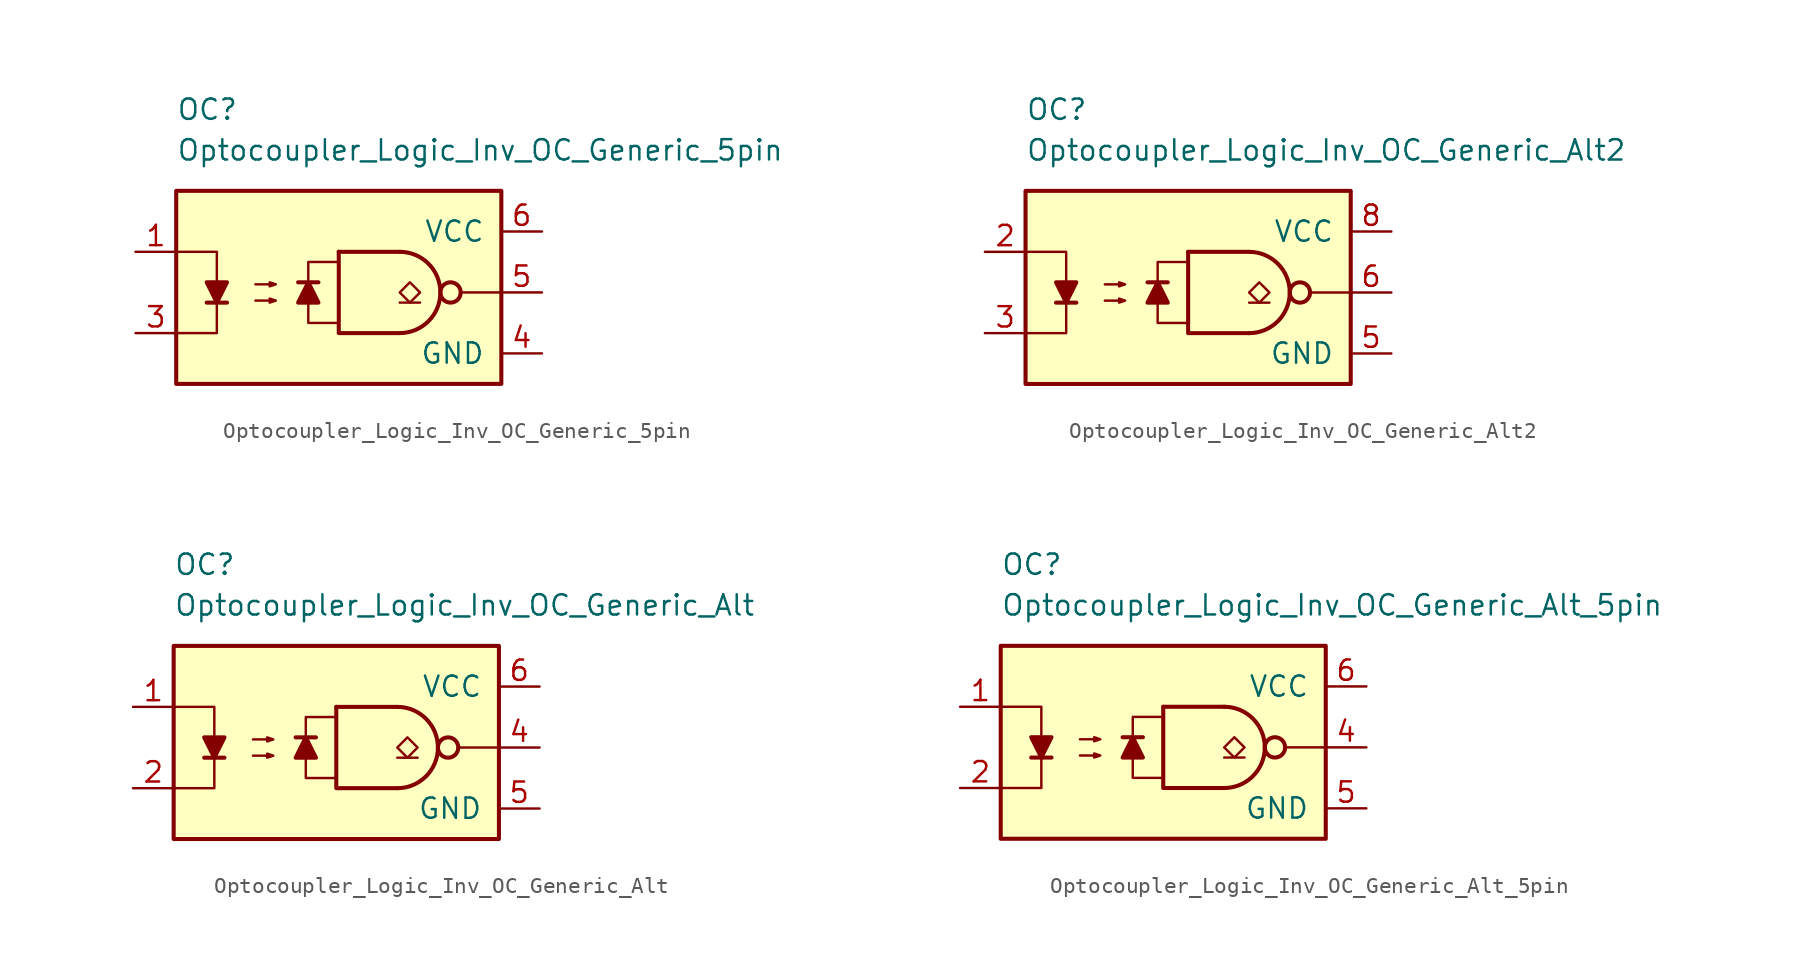
<source format=kicad_sym>
(kicad_symbol_lib
  (version 20231120)
  (generator "kicad_symbol_editor")
  (generator_version "8.0")
  (symbol "Optocoupler_Logic_Inv_OC_Generic_5pin"
    (pin_names
      (offset 1.016))
    (property "Reference" "OC"
      (at -11.43 11.43 0)
      (effects (font (size 1.27 1.27)) (justify left)))
    (property "Value" "Optocoupler_Logic_Inv_OC_Generic_5pin"
      (at -11.43 8.89 0)
      (effects (font (size 1.27 1.27)) (justify left)))
    (symbol "Optocoupler_Logic_Inv_OC_Generic_5pin_0_0"
      (rectangle (start -11.43 6.35) (end 8.89 -5.715) (stroke (width 0.254) (type default)) (fill (type background)))
      (polyline (pts (xy 8.89 0) (xy 6.35 0)) (stroke (width 0) (type default)) (fill (type none))))
    (symbol "Optocoupler_Logic_Inv_OC_Generic_5pin_0_1"
      (polyline (pts (xy -9.525 -0.635) (xy -8.255 -0.635)) (stroke (width 0.254) (type default)) (fill (type none)))
      (polyline (pts (xy -1.27 2.54) (xy 2.54 2.54)) (stroke (width 0.254) (type default)) (fill (type none)))
      (polyline (pts (xy 3.81 -0.635) (xy 2.54 -0.635)) (stroke (width 0.152) (type default)) (fill (type none)))
      (polyline (pts (xy -11.43 2.54) (xy -8.89 2.54) (xy -8.89 -0.635)) (stroke (width 0) (type default)) (fill (type none)))
      (polyline (pts (xy -8.89 -0.635) (xy -8.89 -2.54) (xy -11.43 -2.54)) (stroke (width 0) (type default)) (fill (type none)))
      (polyline (pts (xy -1.27 2.54) (xy -1.27 -2.54) (xy 2.54 -2.54)) (stroke (width 0.254) (type default)) (fill (type none)))
      (polyline (pts (xy -8.89 -0.635) (xy -9.525 0.635) (xy -8.255 0.635) (xy -8.89 -0.635)) (stroke (width 0.254) (type default)) (fill (type outline)))
      (polyline (pts (xy -6.477 -0.508) (xy -5.207 -0.508) (xy -5.588 -0.635) (xy -5.588 -0.381) (xy -5.207 -0.508)) (stroke (width 0) (type default)) (fill (type none)))
      (polyline (pts (xy -6.477 0.508) (xy -5.207 0.508) (xy -5.588 0.381) (xy -5.588 0.635) (xy -5.207 0.508)) (stroke (width 0) (type default)) (fill (type none)))
      (polyline (pts (xy 3.175 -0.635) (xy 2.54 0) (xy 3.175 0.635) (xy 3.81 0) (xy 3.175 -0.635)) (stroke (width 0.152) (type default)) (fill (type none)))
      (arc (start 2.54 -2.54) (mid 5.069 0) (end 2.54 2.54) (stroke (width 0.254) (type default)) (fill (type none)))
      (circle (center 5.715 0) (radius 0.635) (stroke (width 0.254) (type default)) (fill (type none))))
    (symbol "Optocoupler_Logic_Inv_OC_Generic_5pin_1_1"
      (polyline (pts (xy -2.54 0.635) (xy -3.81 0.635)) (stroke (width 0.254) (type default)) (fill (type none)))
      (polyline (pts (xy -3.175 0.635) (xy -2.54 -0.635) (xy -3.81 -0.635) (xy -3.175 0.635)) (stroke (width 0.254) (type default)) (fill (type outline)))
      (polyline (pts (xy -1.27 -1.905) (xy -3.175 -1.905) (xy -3.175 1.905) (xy -1.27 1.905)) (stroke (width 0.152) (type default)) (fill (type none)))
      (pin passive line (at -13.97 2.54 0) (length 2.54) (name "~" (effects (font (size 1.27 1.27)))) (number "1" (effects (font (size 1.27 1.27)))))
      (pin passive line (at -13.97 -2.54 0) (length 2.54) (name "~" (effects (font (size 1.27 1.27)))) (number "3" (effects (font (size 1.27 1.27)))))
      (pin power_in line (at 11.43 -3.81 180) (length 2.54) (name "GND" (effects (font (size 1.27 1.27)))) (number "4" (effects (font (size 1.27 1.27)))))
      (pin output line (at 11.43 0 180) (length 2.54) (name "~" (effects (font (size 1.27 1.27)))) (number "5" (effects (font (size 1.27 1.27)))))
      (pin power_in line (at 11.43 3.81 180) (length 2.54) (name "VCC" (effects (font (size 1.27 1.27)))) (number "6" (effects (font (size 1.27 1.27)))))))
  (symbol "Optocoupler_Logic_Inv_OC_Generic_Alt2"
    (pin_names
      (offset 1.016))
    (property "Reference" "OC"
      (at -11.43 11.43 0)
      (effects (font (size 1.27 1.27)) (justify left)))
    (property "Value" "Optocoupler_Logic_Inv_OC_Generic_Alt2"
      (at -11.43 8.89 0)
      (effects (font (size 1.27 1.27)) (justify left)))
    (symbol "Optocoupler_Logic_Inv_OC_Generic_Alt2_0_0"
      (rectangle (start -11.43 6.35) (end 8.89 -5.715) (stroke (width 0.254) (type default)) (fill (type background)))
      (polyline (pts (xy 8.89 0) (xy 6.35 0)) (stroke (width 0) (type default)) (fill (type none))))
    (symbol "Optocoupler_Logic_Inv_OC_Generic_Alt2_0_1"
      (polyline (pts (xy -9.525 -0.635) (xy -8.255 -0.635)) (stroke (width 0.254) (type default)) (fill (type none)))
      (polyline (pts (xy -1.27 2.54) (xy 2.54 2.54)) (stroke (width 0.254) (type default)) (fill (type none)))
      (polyline (pts (xy 3.81 -0.635) (xy 2.54 -0.635)) (stroke (width 0.152) (type default)) (fill (type none)))
      (polyline (pts (xy -11.43 2.54) (xy -8.89 2.54) (xy -8.89 -0.635)) (stroke (width 0) (type default)) (fill (type none)))
      (polyline (pts (xy -8.89 -0.635) (xy -8.89 -2.54) (xy -11.43 -2.54)) (stroke (width 0) (type default)) (fill (type none)))
      (polyline (pts (xy -1.27 2.54) (xy -1.27 -2.54) (xy 2.54 -2.54)) (stroke (width 0.254) (type default)) (fill (type none)))
      (polyline (pts (xy -8.89 -0.635) (xy -9.525 0.635) (xy -8.255 0.635) (xy -8.89 -0.635)) (stroke (width 0.254) (type default)) (fill (type outline)))
      (polyline (pts (xy -6.477 -0.508) (xy -5.207 -0.508) (xy -5.588 -0.635) (xy -5.588 -0.381) (xy -5.207 -0.508)) (stroke (width 0) (type default)) (fill (type none)))
      (polyline (pts (xy -6.477 0.508) (xy -5.207 0.508) (xy -5.588 0.381) (xy -5.588 0.635) (xy -5.207 0.508)) (stroke (width 0) (type default)) (fill (type none)))
      (polyline (pts (xy 3.175 -0.635) (xy 2.54 0) (xy 3.175 0.635) (xy 3.81 0) (xy 3.175 -0.635)) (stroke (width 0.152) (type default)) (fill (type none)))
      (arc (start 2.54 -2.54) (mid 5.069 0) (end 2.54 2.54) (stroke (width 0.254) (type default)) (fill (type none)))
      (circle (center 5.715 0) (radius 0.635) (stroke (width 0.254) (type default)) (fill (type none))))
    (symbol "Optocoupler_Logic_Inv_OC_Generic_Alt2_1_1"
      (polyline (pts (xy -2.54 0.635) (xy -3.81 0.635)) (stroke (width 0.254) (type default)) (fill (type none)))
      (polyline (pts (xy -3.175 0.635) (xy -2.54 -0.635) (xy -3.81 -0.635) (xy -3.175 0.635)) (stroke (width 0.254) (type default)) (fill (type outline)))
      (polyline (pts (xy -1.27 -1.905) (xy -3.175 -1.905) (xy -3.175 1.905) (xy -1.27 1.905)) (stroke (width 0.152) (type default)) (fill (type none)))
      (pin free line (at -1.27 2.54 0) (length 2.54) hide (name "NC" (effects (font (size 1.27 1.27)))) (number "1" (effects (font (size 1.27 1.27)))))
      (pin passive line (at -13.97 2.54 0) (length 2.54) (name "~" (effects (font (size 1.27 1.27)))) (number "2" (effects (font (size 1.27 1.27)))))
      (pin passive line (at -13.97 -2.54 0) (length 2.54) (name "~" (effects (font (size 1.27 1.27)))) (number "3" (effects (font (size 1.27 1.27)))))
      (pin free line (at -1.27 0 0) (length 2.54) hide (name "NC" (effects (font (size 1.27 1.27)))) (number "4" (effects (font (size 1.27 1.27)))))
      (pin power_in line (at 11.43 -3.81 180) (length 2.54) (name "GND" (effects (font (size 1.27 1.27)))) (number "5" (effects (font (size 1.27 1.27)))))
      (pin open_collector line (at 11.43 0 180) (length 2.54) (name "~" (effects (font (size 1.27 1.27)))) (number "6" (effects (font (size 1.27 1.27)))))
      (pin free line (at -1.27 -2.54 0) (length 2.54) hide (name "NC" (effects (font (size 1.27 1.27)))) (number "7" (effects (font (size 1.27 1.27)))))
      (pin power_in line (at 11.43 3.81 180) (length 2.54) (name "VCC" (effects (font (size 1.27 1.27)))) (number "8" (effects (font (size 1.27 1.27)))))))
  (symbol "Optocoupler_Logic_Inv_OC_Generic_Alt"
    (pin_names
      (offset 1.016))
    (property "Reference" "OC"
      (at -11.43 11.43 0)
      (effects (font (size 1.27 1.27)) (justify left)))
    (property "Value" "Optocoupler_Logic_Inv_OC_Generic_Alt"
      (at -11.43 8.89 0)
      (effects (font (size 1.27 1.27)) (justify left)))
    (symbol "Optocoupler_Logic_Inv_OC_Generic_Alt_0_0"
      (rectangle (start -11.43 6.35) (end 8.89 -5.715) (stroke (width 0.254) (type default)) (fill (type background)))
      (polyline (pts (xy 8.89 0) (xy 6.35 0)) (stroke (width 0) (type default)) (fill (type none))))
    (symbol "Optocoupler_Logic_Inv_OC_Generic_Alt_0_1"
      (polyline (pts (xy -9.525 -0.635) (xy -8.255 -0.635)) (stroke (width 0.254) (type default)) (fill (type none)))
      (polyline (pts (xy -1.27 2.54) (xy 2.54 2.54)) (stroke (width 0.254) (type default)) (fill (type none)))
      (polyline (pts (xy 3.81 -0.635) (xy 2.54 -0.635)) (stroke (width 0.152) (type default)) (fill (type none)))
      (polyline (pts (xy -11.43 2.54) (xy -8.89 2.54) (xy -8.89 -0.635)) (stroke (width 0) (type default)) (fill (type none)))
      (polyline (pts (xy -8.89 -0.635) (xy -8.89 -2.54) (xy -11.43 -2.54)) (stroke (width 0) (type default)) (fill (type none)))
      (polyline (pts (xy -1.27 2.54) (xy -1.27 -2.54) (xy 2.54 -2.54)) (stroke (width 0.254) (type default)) (fill (type none)))
      (polyline (pts (xy -8.89 -0.635) (xy -9.525 0.635) (xy -8.255 0.635) (xy -8.89 -0.635)) (stroke (width 0.254) (type default)) (fill (type outline)))
      (polyline (pts (xy -6.477 -0.508) (xy -5.207 -0.508) (xy -5.588 -0.635) (xy -5.588 -0.381) (xy -5.207 -0.508)) (stroke (width 0) (type default)) (fill (type none)))
      (polyline (pts (xy -6.477 0.508) (xy -5.207 0.508) (xy -5.588 0.381) (xy -5.588 0.635) (xy -5.207 0.508)) (stroke (width 0) (type default)) (fill (type none)))
      (polyline (pts (xy 3.175 -0.635) (xy 2.54 0) (xy 3.175 0.635) (xy 3.81 0) (xy 3.175 -0.635)) (stroke (width 0.152) (type default)) (fill (type none)))
      (arc (start 2.54 -2.54) (mid 5.069 0) (end 2.54 2.54) (stroke (width 0.254) (type default)) (fill (type none)))
      (circle (center 5.715 0) (radius 0.635) (stroke (width 0.254) (type default)) (fill (type none))))
    (symbol "Optocoupler_Logic_Inv_OC_Generic_Alt_1_1"
      (polyline (pts (xy -2.54 0.635) (xy -3.81 0.635)) (stroke (width 0.254) (type default)) (fill (type none)))
      (polyline (pts (xy -3.175 0.635) (xy -2.54 -0.635) (xy -3.81 -0.635) (xy -3.175 0.635)) (stroke (width 0.254) (type default)) (fill (type outline)))
      (polyline (pts (xy -1.27 -1.905) (xy -3.175 -1.905) (xy -3.175 1.905) (xy -1.27 1.905)) (stroke (width 0.152) (type default)) (fill (type none)))
      (pin passive line (at -13.97 2.54 0) (length 2.54) (name "~" (effects (font (size 1.27 1.27)))) (number "1" (effects (font (size 1.27 1.27)))))
      (pin passive line (at -13.97 -2.54 0) (length 2.54) (name "~" (effects (font (size 1.27 1.27)))) (number "2" (effects (font (size 1.27 1.27)))))
      (pin free line (at 0 0 0) (length 2.54) hide (name "NC" (effects (font (size 1.27 1.27)))) (number "3" (effects (font (size 1.27 1.27)))))
      (pin open_collector line (at 11.43 0 180) (length 2.54) (name "~" (effects (font (size 1.27 1.27)))) (number "4" (effects (font (size 1.27 1.27)))))
      (pin power_in line (at 11.43 -3.81 180) (length 2.54) (name "GND" (effects (font (size 1.27 1.27)))) (number "5" (effects (font (size 1.27 1.27)))))
      (pin power_in line (at 11.43 3.81 180) (length 2.54) (name "VCC" (effects (font (size 1.27 1.27)))) (number "6" (effects (font (size 1.27 1.27)))))))
  (symbol "Optocoupler_Logic_Inv_OC_Generic_Alt_5pin"
    (pin_names
      (offset 1.016))
    (property "Reference" "OC"
      (at -11.43 11.43 0)
      (effects (font (size 1.27 1.27)) (justify left)))
    (property "Value" "Optocoupler_Logic_Inv_OC_Generic_Alt_5pin"
      (at -11.43 8.89 0)
      (effects (font (size 1.27 1.27)) (justify left)))
    (symbol "Optocoupler_Logic_Inv_OC_Generic_Alt_5pin_0_0"
      (rectangle (start -11.43 6.35) (end 8.89 -5.715) (stroke (width 0.254) (type default)) (fill (type background)))
      (polyline (pts (xy 8.89 0) (xy 6.35 0)) (stroke (width 0) (type default)) (fill (type none))))
    (symbol "Optocoupler_Logic_Inv_OC_Generic_Alt_5pin_0_1"
      (polyline (pts (xy -9.525 -0.635) (xy -8.255 -0.635)) (stroke (width 0.254) (type default)) (fill (type none)))
      (polyline (pts (xy -1.27 2.54) (xy 2.54 2.54)) (stroke (width 0.254) (type default)) (fill (type none)))
      (polyline (pts (xy 3.81 -0.635) (xy 2.54 -0.635)) (stroke (width 0.152) (type default)) (fill (type none)))
      (polyline (pts (xy -11.43 2.54) (xy -8.89 2.54) (xy -8.89 -0.635)) (stroke (width 0) (type default)) (fill (type none)))
      (polyline (pts (xy -8.89 -0.635) (xy -8.89 -2.54) (xy -11.43 -2.54)) (stroke (width 0) (type default)) (fill (type none)))
      (polyline (pts (xy -1.27 2.54) (xy -1.27 -2.54) (xy 2.54 -2.54)) (stroke (width 0.254) (type default)) (fill (type none)))
      (polyline (pts (xy -8.89 -0.635) (xy -9.525 0.635) (xy -8.255 0.635) (xy -8.89 -0.635)) (stroke (width 0.254) (type default)) (fill (type outline)))
      (polyline (pts (xy -6.477 -0.508) (xy -5.207 -0.508) (xy -5.588 -0.635) (xy -5.588 -0.381) (xy -5.207 -0.508)) (stroke (width 0) (type default)) (fill (type none)))
      (polyline (pts (xy -6.477 0.508) (xy -5.207 0.508) (xy -5.588 0.381) (xy -5.588 0.635) (xy -5.207 0.508)) (stroke (width 0) (type default)) (fill (type none)))
      (polyline (pts (xy 3.175 -0.635) (xy 2.54 0) (xy 3.175 0.635) (xy 3.81 0) (xy 3.175 -0.635)) (stroke (width 0.152) (type default)) (fill (type none)))
      (arc (start 2.54 -2.54) (mid 5.069 0) (end 2.54 2.54) (stroke (width 0.254) (type default)) (fill (type none)))
      (circle (center 5.715 0) (radius 0.635) (stroke (width 0.254) (type default)) (fill (type none))))
    (symbol "Optocoupler_Logic_Inv_OC_Generic_Alt_5pin_1_1"
      (polyline (pts (xy -2.54 0.635) (xy -3.81 0.635)) (stroke (width 0.254) (type default)) (fill (type none)))
      (polyline (pts (xy -3.175 0.635) (xy -2.54 -0.635) (xy -3.81 -0.635) (xy -3.175 0.635)) (stroke (width 0.254) (type default)) (fill (type outline)))
      (polyline (pts (xy -1.27 -1.905) (xy -3.175 -1.905) (xy -3.175 1.905) (xy -1.27 1.905)) (stroke (width 0.152) (type default)) (fill (type none)))
      (pin passive line (at -13.97 2.54 0) (length 2.54) (name "~" (effects (font (size 1.27 1.27)))) (number "1" (effects (font (size 1.27 1.27)))))
      (pin passive line (at -13.97 -2.54 0) (length 2.54) (name "~" (effects (font (size 1.27 1.27)))) (number "2" (effects (font (size 1.27 1.27)))))
      (pin open_collector line (at 11.43 0 180) (length 2.54) (name "~" (effects (font (size 1.27 1.27)))) (number "4" (effects (font (size 1.27 1.27)))))
      (pin power_in line (at 11.43 -3.81 180) (length 2.54) (name "GND" (effects (font (size 1.27 1.27)))) (number "5" (effects (font (size 1.27 1.27)))))
      (pin power_in line (at 11.43 3.81 180) (length 2.54) (name "VCC" (effects (font (size 1.27 1.27)))) (number "6" (effects (font (size 1.27 1.27))))))))
</source>
